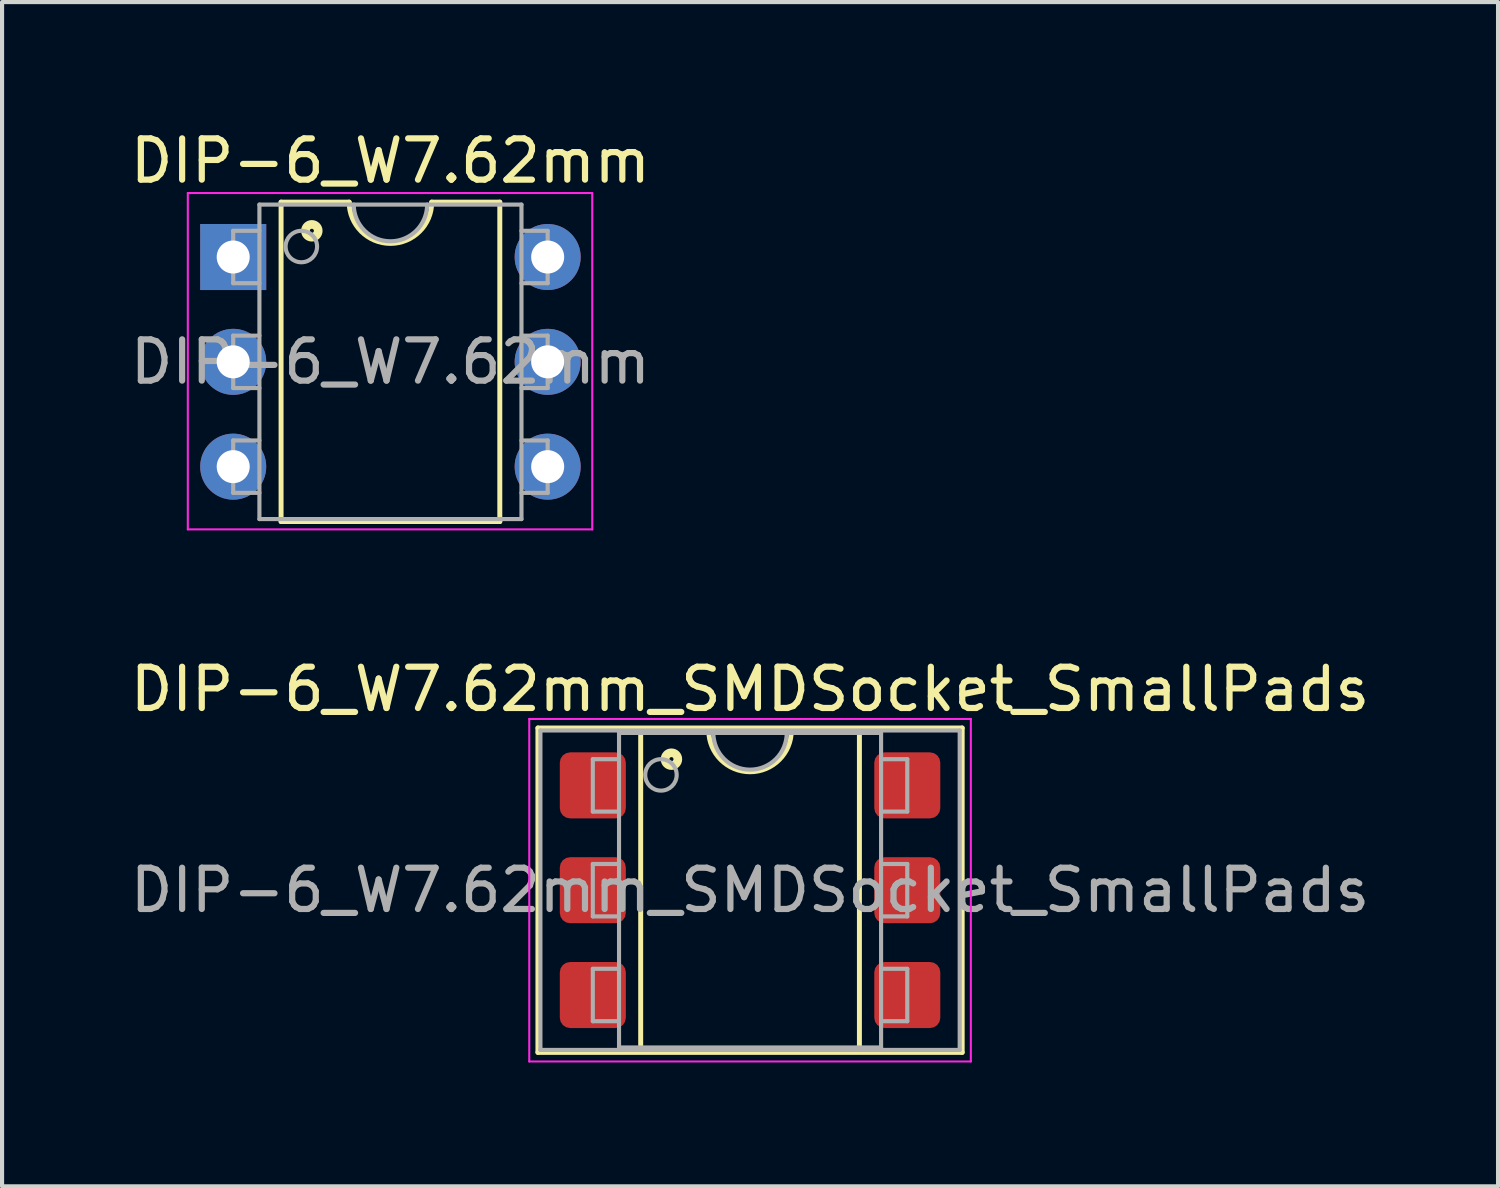
<source format=kicad_pcb>
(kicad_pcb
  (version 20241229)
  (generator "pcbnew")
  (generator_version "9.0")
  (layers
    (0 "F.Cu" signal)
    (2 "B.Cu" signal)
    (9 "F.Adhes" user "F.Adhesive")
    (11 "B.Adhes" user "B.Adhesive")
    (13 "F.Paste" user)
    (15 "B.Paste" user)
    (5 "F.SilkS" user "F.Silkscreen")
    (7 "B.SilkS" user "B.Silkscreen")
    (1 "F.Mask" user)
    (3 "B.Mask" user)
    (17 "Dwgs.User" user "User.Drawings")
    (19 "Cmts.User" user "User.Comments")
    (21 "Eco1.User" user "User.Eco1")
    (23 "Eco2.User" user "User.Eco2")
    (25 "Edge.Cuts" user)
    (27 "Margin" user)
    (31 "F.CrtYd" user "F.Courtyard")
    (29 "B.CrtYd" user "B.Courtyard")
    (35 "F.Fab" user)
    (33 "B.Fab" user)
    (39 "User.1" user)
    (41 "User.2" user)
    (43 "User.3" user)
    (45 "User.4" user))
  (footprint "DIP-6_W7.62mm_SMDSocket_SmallPads"
    (layer "F.Cu")
    (at 15.125 18.521)
    (property "Reference" "DIP-6_W7.62mm_SMDSocket_SmallPads" (at 0 -4.87 0) (layer "F.SilkS") (effects (font (size 1 1) (thickness 0.15))))
    (attr smd)
    (fp_line (start -5.14 -3.93) (end -5.14 3.93) (stroke (width 0.12) (type solid)) (layer "F.SilkS"))
    (fp_line (start -5.14 3.93) (end 5.14 3.93) (stroke (width 0.12) (type solid)) (layer "F.SilkS"))
    (fp_line (start -2.65 -3.87) (end -2.65 3.87) (stroke (width 0.12) (type solid)) (layer "F.SilkS"))
    (fp_line (start -2.65 3.87) (end 2.65 3.87) (stroke (width 0.12) (type solid)) (layer "F.SilkS"))
    (fp_line (start -1 -3.87) (end -2.65 -3.87) (stroke (width 0.12) (type solid)) (layer "F.SilkS"))
    (fp_line (start 2.65 -3.87) (end 1 -3.87) (stroke (width 0.12) (type solid)) (layer "F.SilkS"))
    (fp_line (start 2.65 3.87) (end 2.65 -3.87) (stroke (width 0.12) (type solid)) (layer "F.SilkS"))
    (fp_line (start 5.14 -3.93) (end -5.14 -3.93) (stroke (width 0.12) (type solid)) (layer "F.SilkS"))
    (fp_line (start 5.14 3.93) (end 5.14 -3.93) (stroke (width 0.12) (type solid)) (layer "F.SilkS"))
    (fp_arc (start 1 -3.87) (mid 0 -2.87) (end -1 -3.87) (stroke (width 0.12) (type solid)) (layer "F.SilkS"))
    (fp_circle (center -1.905 -3.175) (end -1.855 -3.175) (stroke (width 0.12) (type solid)) (fill no) (layer "F.SilkS"))
    (fp_circle (center -1.905 -3.175) (end -1.78 -3.175) (stroke (width 0.12) (type solid)) (fill no) (layer "F.SilkS"))
    (fp_circle (center -1.905 -3.175) (end -1.705 -3.175) (stroke (width 0.12) (type solid)) (fill no) (layer "F.SilkS"))
    (fp_line (start -5.35 -4.15) (end -5.35 4.15) (stroke (width 0.05) (type solid)) (layer "F.CrtYd"))
    (fp_line (start -5.35 4.15) (end 5.35 4.15) (stroke (width 0.05) (type solid)) (layer "F.CrtYd"))
    (fp_line (start 5.35 -4.15) (end -5.35 -4.15) (stroke (width 0.05) (type solid)) (layer "F.CrtYd"))
    (fp_line (start 5.35 4.15) (end 5.35 -4.15) (stroke (width 0.05) (type solid)) (layer "F.CrtYd"))
    (fp_line (start -5.08 -3.87) (end -5.08 3.87) (stroke (width 0.1) (type solid)) (layer "F.Fab"))
    (fp_line (start -5.08 3.87) (end 5.08 3.87) (stroke (width 0.1) (type solid)) (layer "F.Fab"))
    (fp_line (start -3.81 -3.175) (end -3.81 -1.905) (stroke (width 0.1) (type solid)) (layer "F.Fab"))
    (fp_line (start -3.81 -3.175) (end -3.175 -3.175) (stroke (width 0.1) (type solid)) (layer "F.Fab"))
    (fp_line (start -3.81 -1.905) (end -3.175 -1.905) (stroke (width 0.1) (type solid)) (layer "F.Fab"))
    (fp_line (start -3.81 -0.635) (end -3.81 0.635) (stroke (width 0.1) (type solid)) (layer "F.Fab"))
    (fp_line (start -3.81 -0.635) (end -3.175 -0.635) (stroke (width 0.1) (type solid)) (layer "F.Fab"))
    (fp_line (start -3.81 0.635) (end -3.175 0.635) (stroke (width 0.1) (type solid)) (layer "F.Fab"))
    (fp_line (start -3.81 1.905) (end -3.81 3.175) (stroke (width 0.1) (type solid)) (layer "F.Fab"))
    (fp_line (start -3.81 1.905) (end -3.175 1.905) (stroke (width 0.1) (type solid)) (layer "F.Fab"))
    (fp_line (start -3.81 3.175) (end -3.175 3.175) (stroke (width 0.1) (type solid)) (layer "F.Fab"))
    (fp_line (start -3.175 -3.81) (end 3.175 -3.81) (stroke (width 0.1) (type solid)) (layer "F.Fab"))
    (fp_line (start -3.175 3.81) (end -3.175 -3.81) (stroke (width 0.1) (type solid)) (layer "F.Fab"))
    (fp_line (start 3.175 -3.81) (end 3.175 3.81) (stroke (width 0.1) (type solid)) (layer "F.Fab"))
    (fp_line (start 3.175 3.81) (end -3.175 3.81) (stroke (width 0.1) (type solid)) (layer "F.Fab"))
    (fp_line (start 3.81 -3.175) (end 3.175 -3.175) (stroke (width 0.1) (type solid)) (layer "F.Fab"))
    (fp_line (start 3.81 -1.905) (end 3.175 -1.905) (stroke (width 0.1) (type solid)) (layer "F.Fab"))
    (fp_line (start 3.81 -1.905) (end 3.81 -3.175) (stroke (width 0.1) (type solid)) (layer "F.Fab"))
    (fp_line (start 3.81 -0.635) (end 3.175 -0.635) (stroke (width 0.1) (type solid)) (layer "F.Fab"))
    (fp_line (start 3.81 0.635) (end 3.175 0.635) (stroke (width 0.1) (type solid)) (layer "F.Fab"))
    (fp_line (start 3.81 0.635) (end 3.81 -0.635) (stroke (width 0.1) (type solid)) (layer "F.Fab"))
    (fp_line (start 3.81 1.905) (end 3.175 1.905) (stroke (width 0.1) (type solid)) (layer "F.Fab"))
    (fp_line (start 3.81 3.175) (end 3.175 3.175) (stroke (width 0.1) (type solid)) (layer "F.Fab"))
    (fp_line (start 3.81 3.175) (end 3.81 1.905) (stroke (width 0.1) (type solid)) (layer "F.Fab"))
    (fp_line (start 5.08 -3.87) (end -5.08 -3.87) (stroke (width 0.1) (type solid)) (layer "F.Fab"))
    (fp_line (start 5.08 3.87) (end 5.08 -3.87) (stroke (width 0.1) (type solid)) (layer "F.Fab"))
    (fp_arc (start 0.889 -3.81) (mid 0 -2.921) (end -0.889 -3.81) (stroke (width 0.1) (type solid)) (layer "F.Fab"))
    (fp_circle (center -2.159 -2.794) (end -1.778 -2.794) (stroke (width 0.1) (type solid)) (fill no) (layer "F.Fab"))
    (fp_text user "${REFERENCE}" (at 0 0 0) (layer "F.Fab") (effects (font (size 1 1) (thickness 0.15))))
    (pad "1" smd roundrect (at -3.81 -2.54) (size 1.6 1.6) (layers "F.Cu" "F.Mask" "F.Paste") (roundrect_rratio 0.156))
    (pad "2" smd roundrect (at -3.81 0) (size 1.6 1.6) (layers "F.Cu" "F.Mask" "F.Paste") (roundrect_rratio 0.156))
    (pad "3" smd roundrect (at -3.81 2.54) (size 1.6 1.6) (layers "F.Cu" "F.Mask" "F.Paste") (roundrect_rratio 0.156))
    (pad "4" smd roundrect (at 3.81 2.54) (size 1.6 1.6) (layers "F.Cu" "F.Mask" "F.Paste") (roundrect_rratio 0.156))
    (pad "5" smd roundrect (at 3.81 0) (size 1.6 1.6) (layers "F.Cu" "F.Mask" "F.Paste") (roundrect_rratio 0.156))
    (pad "6" smd roundrect (at 3.81 -2.54) (size 1.6 1.6) (layers "F.Cu" "F.Mask" "F.Paste") (roundrect_rratio 0.156)))
  (footprint "DIP-6_W7.62mm"
    (layer "F.Cu")
    (at 2.601 3.178)
    (property "Reference" "DIP-6_W7.62mm" (at 3.81 -2.33 0) (layer "F.SilkS") (effects (font (size 1 1) (thickness 0.15))))
    (attr through_hole)
    (fp_line (start 1.16 -1.33) (end 1.16 6.41) (stroke (width 0.12) (type solid)) (layer "F.SilkS"))
    (fp_line (start 1.16 6.41) (end 6.46 6.41) (stroke (width 0.12) (type solid)) (layer "F.SilkS"))
    (fp_line (start 2.81 -1.33) (end 1.16 -1.33) (stroke (width 0.12) (type solid)) (layer "F.SilkS"))
    (fp_line (start 6.46 -1.33) (end 4.81 -1.33) (stroke (width 0.12) (type solid)) (layer "F.SilkS"))
    (fp_line (start 6.46 6.41) (end 6.46 -1.33) (stroke (width 0.12) (type solid)) (layer "F.SilkS"))
    (fp_arc (start 4.81 -1.33) (mid 3.81 -0.33) (end 2.81 -1.33) (stroke (width 0.12) (type solid)) (layer "F.SilkS"))
    (fp_circle (center 1.905 -0.635) (end 1.955 -0.635) (stroke (width 0.12) (type solid)) (fill no) (layer "F.SilkS"))
    (fp_circle (center 1.905 -0.635) (end 2.03 -0.635) (stroke (width 0.12) (type solid)) (fill no) (layer "F.SilkS"))
    (fp_circle (center 1.905 -0.635) (end 2.105 -0.635) (stroke (width 0.12) (type solid)) (fill no) (layer "F.SilkS"))
    (fp_line (start -1.1 -1.55) (end -1.1 6.6) (stroke (width 0.05) (type solid)) (layer "F.CrtYd"))
    (fp_line (start -1.1 6.6) (end 8.7 6.6) (stroke (width 0.05) (type solid)) (layer "F.CrtYd"))
    (fp_line (start 8.7 -1.55) (end -1.1 -1.55) (stroke (width 0.05) (type solid)) (layer "F.CrtYd"))
    (fp_line (start 8.7 6.6) (end 8.7 -1.55) (stroke (width 0.05) (type solid)) (layer "F.CrtYd"))
    (fp_line (start 0 -0.635) (end 0 0.635) (stroke (width 0.1) (type solid)) (layer "F.Fab"))
    (fp_line (start 0 -0.635) (end 0.635 -0.635) (stroke (width 0.1) (type solid)) (layer "F.Fab"))
    (fp_line (start 0 0.635) (end 0.635 0.635) (stroke (width 0.1) (type solid)) (layer "F.Fab"))
    (fp_line (start 0 1.905) (end 0 3.175) (stroke (width 0.1) (type solid)) (layer "F.Fab"))
    (fp_line (start 0 1.905) (end 0.635 1.905) (stroke (width 0.1) (type solid)) (layer "F.Fab"))
    (fp_line (start 0 3.175) (end 0.635 3.175) (stroke (width 0.1) (type solid)) (layer "F.Fab"))
    (fp_line (start 0 4.445) (end 0 5.715) (stroke (width 0.1) (type solid)) (layer "F.Fab"))
    (fp_line (start 0 4.445) (end 0.635 4.445) (stroke (width 0.1) (type solid)) (layer "F.Fab"))
    (fp_line (start 0 5.715) (end 0.635 5.715) (stroke (width 0.1) (type solid)) (layer "F.Fab"))
    (fp_line (start 0.635 -1.27) (end 6.985 -1.27) (stroke (width 0.1) (type solid)) (layer "F.Fab"))
    (fp_line (start 0.635 6.35) (end 0.635 -1.27) (stroke (width 0.1) (type solid)) (layer "F.Fab"))
    (fp_line (start 6.985 -1.27) (end 6.985 6.35) (stroke (width 0.1) (type solid)) (layer "F.Fab"))
    (fp_line (start 6.985 6.35) (end 0.635 6.35) (stroke (width 0.1) (type solid)) (layer "F.Fab"))
    (fp_line (start 7.62 -0.635) (end 6.985 -0.635) (stroke (width 0.1) (type solid)) (layer "F.Fab"))
    (fp_line (start 7.62 0.635) (end 6.985 0.635) (stroke (width 0.1) (type solid)) (layer "F.Fab"))
    (fp_line (start 7.62 0.635) (end 7.62 -0.635) (stroke (width 0.1) (type solid)) (layer "F.Fab"))
    (fp_line (start 7.62 1.905) (end 6.985 1.905) (stroke (width 0.1) (type solid)) (layer "F.Fab"))
    (fp_line (start 7.62 3.175) (end 6.985 3.175) (stroke (width 0.1) (type solid)) (layer "F.Fab"))
    (fp_line (start 7.62 3.175) (end 7.62 1.905) (stroke (width 0.1) (type solid)) (layer "F.Fab"))
    (fp_line (start 7.62 4.445) (end 6.985 4.445) (stroke (width 0.1) (type solid)) (layer "F.Fab"))
    (fp_line (start 7.62 5.715) (end 6.985 5.715) (stroke (width 0.1) (type solid)) (layer "F.Fab"))
    (fp_line (start 7.62 5.715) (end 7.62 4.445) (stroke (width 0.1) (type solid)) (layer "F.Fab"))
    (fp_arc (start 4.699 -1.27) (mid 3.81 -0.381) (end 2.921 -1.27) (stroke (width 0.1) (type solid)) (layer "F.Fab"))
    (fp_circle (center 1.651 -0.254) (end 2.032 -0.254) (stroke (width 0.1) (type solid)) (fill no) (layer "F.Fab"))
    (fp_text user "${REFERENCE}" (at 3.81 2.54 0) (layer "F.Fab") (effects (font (size 1 1) (thickness 0.15))))
    (pad "1" thru_hole rect (at 0 0) (size 1.6 1.6) (drill 0.8) (layers "*.Cu" "*.Mask"))
    (pad "2" thru_hole oval (at 0 2.54) (size 1.6 1.6) (drill 0.8) (layers "*.Cu" "*.Mask"))
    (pad "3" thru_hole oval (at 0 5.08) (size 1.6 1.6) (drill 0.8) (layers "*.Cu" "*.Mask"))
    (pad "4" thru_hole oval (at 7.62 5.08) (size 1.6 1.6) (drill 0.8) (layers "*.Cu" "*.Mask"))
    (pad "5" thru_hole oval (at 7.62 2.54) (size 1.6 1.6) (drill 0.8) (layers "*.Cu" "*.Mask"))
    (pad "6" thru_hole oval (at 7.62 0) (size 1.6 1.6) (drill 0.8) (layers "*.Cu" "*.Mask")))
  (gr_rect
    (start -3 -3)
    (end 33.25 25.697)
    (stroke (width 0.1) (type default))
    (fill no)
    (layer "Edge.Cuts")))
</source>
